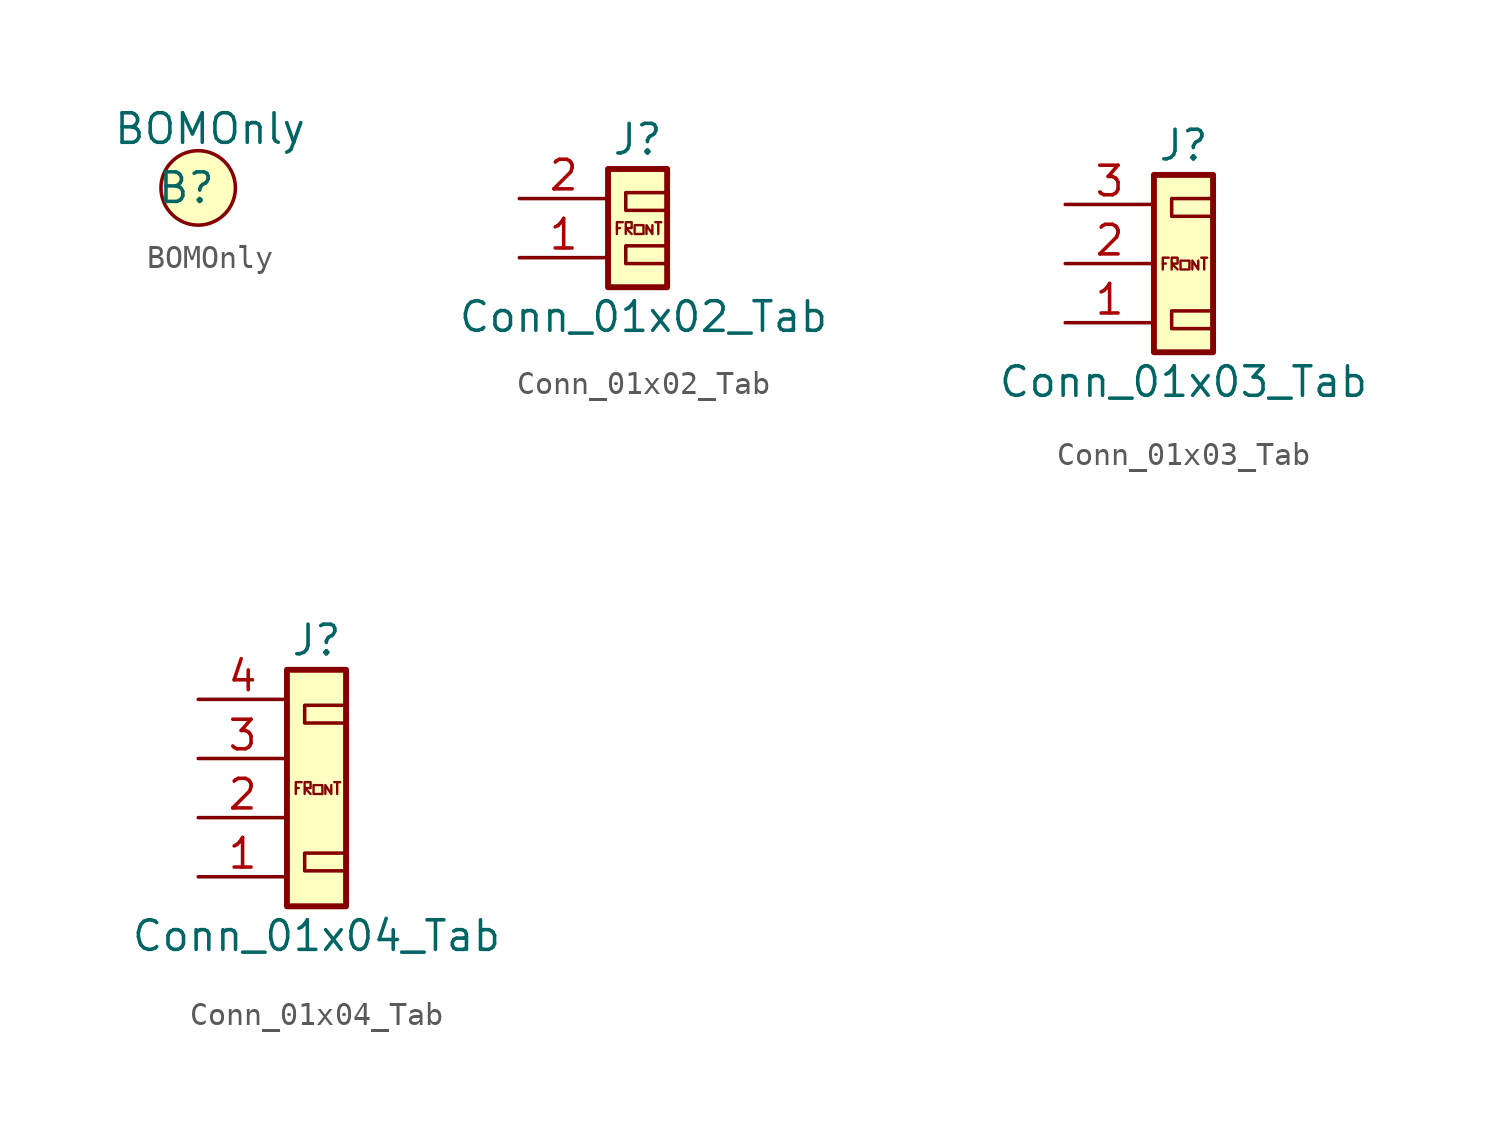
<source format=kicad_sym>
(kicad_symbol_lib
  (version 20231120)
  (generator "kicad_symbol_editor")
  (generator_version "8.0")
  (symbol "BOMOnly"
    (pin_numbers hide)
    (pin_names
      (offset 0) hide)
    (property "Reference" "B"
      (at -0.762 0 0)
      (effects (font (size 1.27 1.27))))
    (property "Value" "BOMOnly"
      (at 0.254 2.54 0)
      (effects (font (size 1.27 1.27))))
    (symbol "BOMOnly_0_1"
      (circle (center -0.254 0) (radius 1.6) (stroke (width 0) (type default)) (fill (type background)))))
  (symbol "Conn_01x02_Tab"
    (pin_names
      (offset 1.016) hide)
    (property "Reference" "J"
      (at 0 2.54 0)
      (effects (font (size 1.27 1.27))))
    (property "Value" "Conn_01x02_Tab"
      (at 0.254 -5.08 0)
      (effects (font (size 1.27 1.27))))
    (symbol "Conn_01x02_Tab_0_1"
      (polyline (pts (xy 0.381 -1.524) (xy 0.381 -1.143) (xy 0.635 -1.524) (xy 0.635 -1.143)) (stroke (width 0.102) (type default)) (fill (type none)))
      (polyline (pts (xy 0.889 -1.524) (xy 0.889 -1.016) (xy 0.762 -1.016) (xy 1.016 -1.016)) (stroke (width 0.102) (type default)) (fill (type none)))
      (polyline (pts (xy -0.127 -1.524) (xy -0.127 -1.143) (xy 0.254 -1.143) (xy 0.254 -1.524) (xy -0.127 -1.524)) (stroke (width 0.102) (type default)) (fill (type none)))
      (polyline (pts (xy -0.508 -1.524) (xy -0.508 -1.016) (xy -0.254 -1.016) (xy -0.254 -1.27) (xy -0.508 -1.27) (xy -0.254 -1.524)) (stroke (width 0.102) (type default)) (fill (type none))))
    (symbol "Conn_01x02_Tab_1_1"
      (rectangle (start -1.27 -3.81) (end 1.27 1.27) (stroke (width 0.254) (type default)) (fill (type background)))
      (polyline (pts (xy -0.889 -1.27) (xy -0.762 -1.27)) (stroke (width 0.102) (type default)) (fill (type none)))
      (polyline (pts (xy -0.889 -1.524) (xy -0.889 -1.016) (xy -0.635 -1.016)) (stroke (width 0.102) (type default)) (fill (type none)))
      (rectangle (start 1.27 -2.794) (end -0.508 -2.032) (stroke (width 0) (type default)) (fill (type none)))
      (rectangle (start 1.27 -0.508) (end -0.508 0.254) (stroke (width 0) (type default)) (fill (type none)))
      (pin passive line (at -5.08 -2.54 0) (length 3.81) (name "Pin_1" (effects (font (size 1.27 1.27)))) (number "1" (effects (font (size 1.27 1.27)))))
      (pin passive line (at -5.08 0 0) (length 3.81) (name "Pin_2" (effects (font (size 1.27 1.27)))) (number "2" (effects (font (size 1.27 1.27)))))))
  (symbol "Conn_01x03_Tab"
    (pin_names
      (offset 1.016) hide)
    (property "Reference" "J"
      (at 0 5.08 0)
      (effects (font (size 1.27 1.27))))
    (property "Value" "Conn_01x03_Tab"
      (at 0 -5.08 0)
      (effects (font (size 1.27 1.27))))
    (symbol "Conn_01x03_Tab_1_1"
      (rectangle (start -1.27 -3.81) (end 1.27 3.81) (stroke (width 0.254) (type default)) (fill (type background)))
      (polyline (pts (xy -0.889 0) (xy -0.762 0)) (stroke (width 0.102) (type default)) (fill (type none)))
      (polyline (pts (xy -0.889 -0.254) (xy -0.889 0.254) (xy -0.635 0.254)) (stroke (width 0.102) (type default)) (fill (type none)))
      (polyline (pts (xy 0.381 -0.254) (xy 0.381 0.127) (xy 0.635 -0.254) (xy 0.635 0.127)) (stroke (width 0.102) (type default)) (fill (type none)))
      (polyline (pts (xy 0.889 -0.254) (xy 0.889 0.254) (xy 0.762 0.254) (xy 1.016 0.254)) (stroke (width 0.102) (type default)) (fill (type none)))
      (polyline (pts (xy -0.127 -0.254) (xy -0.127 0.127) (xy 0.254 0.127) (xy 0.254 -0.254) (xy -0.127 -0.254)) (stroke (width 0.102) (type default)) (fill (type none)))
      (polyline (pts (xy -0.508 -0.254) (xy -0.508 0.254) (xy -0.254 0.254) (xy -0.254 0) (xy -0.508 0) (xy -0.254 -0.254)) (stroke (width 0.102) (type default)) (fill (type none)))
      (rectangle (start 1.27 -2.794) (end -0.508 -2.032) (stroke (width 0) (type default)) (fill (type none)))
      (rectangle (start 1.27 2.032) (end -0.508 2.794) (stroke (width 0) (type default)) (fill (type none)))
      (pin passive line (at -5.08 -2.54 0) (length 3.81) (name "Pin_1" (effects (font (size 1.27 1.27)))) (number "1" (effects (font (size 1.27 1.27)))))
      (pin passive line (at -5.08 0 0) (length 3.81) (name "Pin_2" (effects (font (size 1.27 1.27)))) (number "2" (effects (font (size 1.27 1.27)))))
      (pin passive line (at -5.08 2.54 0) (length 3.81) (name "Pin_3" (effects (font (size 1.27 1.27)))) (number "3" (effects (font (size 1.27 1.27)))))))
  (symbol "Conn_01x04_Tab"
    (pin_names
      (offset 1.016) hide)
    (property "Reference" "J"
      (at 0 7.62 0)
      (effects (font (size 1.27 1.27))))
    (property "Value" "Conn_01x04_Tab"
      (at 0 -5.08 0)
      (effects (font (size 1.27 1.27))))
    (symbol "Conn_01x04_Tab_1_1"
      (rectangle (start -1.27 -3.81) (end 1.27 6.35) (stroke (width 0.254) (type default)) (fill (type background)))
      (polyline (pts (xy -0.889 1.27) (xy -0.762 1.27)) (stroke (width 0.102) (type default)) (fill (type none)))
      (polyline (pts (xy -0.889 1.016) (xy -0.889 1.524) (xy -0.635 1.524)) (stroke (width 0.102) (type default)) (fill (type none)))
      (polyline (pts (xy 0.381 1.016) (xy 0.381 1.397) (xy 0.635 1.016) (xy 0.635 1.397)) (stroke (width 0.102) (type default)) (fill (type none)))
      (polyline (pts (xy 0.889 1.016) (xy 0.889 1.524) (xy 0.762 1.524) (xy 1.016 1.524)) (stroke (width 0.102) (type default)) (fill (type none)))
      (polyline (pts (xy -0.127 1.016) (xy -0.127 1.397) (xy 0.254 1.397) (xy 0.254 1.016) (xy -0.127 1.016)) (stroke (width 0.102) (type default)) (fill (type none)))
      (polyline (pts (xy -0.508 1.016) (xy -0.508 1.524) (xy -0.254 1.524) (xy -0.254 1.27) (xy -0.508 1.27) (xy -0.254 1.016)) (stroke (width 0.102) (type default)) (fill (type none)))
      (rectangle (start 1.27 -2.286) (end -0.508 -1.524) (stroke (width 0) (type default)) (fill (type none)))
      (rectangle (start 1.27 4.064) (end -0.508 4.826) (stroke (width 0) (type default)) (fill (type none)))
      (pin passive line (at -5.08 -2.54 0) (length 3.81) (name "Pin_1" (effects (font (size 1.27 1.27)))) (number "1" (effects (font (size 1.27 1.27)))))
      (pin passive line (at -5.08 0 0) (length 3.81) (name "Pin_2" (effects (font (size 1.27 1.27)))) (number "2" (effects (font (size 1.27 1.27)))))
      (pin passive line (at -5.08 2.54 0) (length 3.81) (name "Pin_3" (effects (font (size 1.27 1.27)))) (number "3" (effects (font (size 1.27 1.27)))))
      (pin passive line (at -5.08 5.08 0) (length 3.81) (name "Pin_4" (effects (font (size 1.27 1.27)))) (number "4" (effects (font (size 1.27 1.27))))))))
</source>
